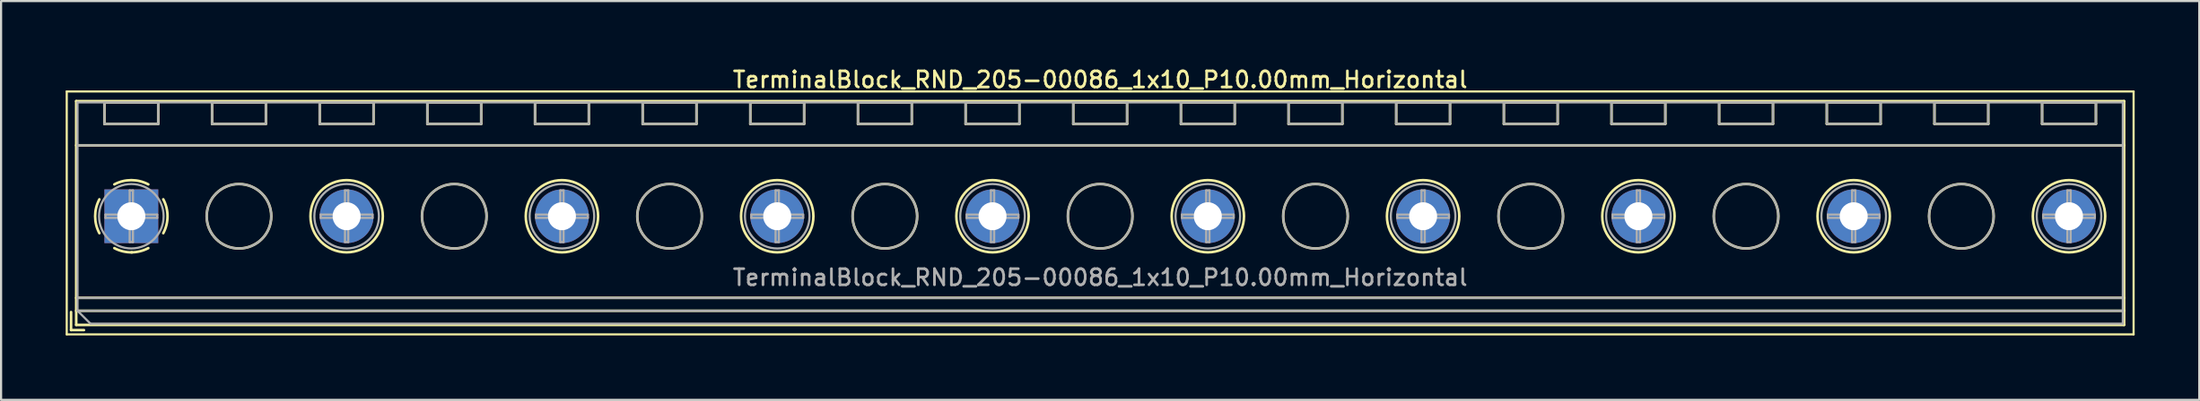
<source format=kicad_pcb>
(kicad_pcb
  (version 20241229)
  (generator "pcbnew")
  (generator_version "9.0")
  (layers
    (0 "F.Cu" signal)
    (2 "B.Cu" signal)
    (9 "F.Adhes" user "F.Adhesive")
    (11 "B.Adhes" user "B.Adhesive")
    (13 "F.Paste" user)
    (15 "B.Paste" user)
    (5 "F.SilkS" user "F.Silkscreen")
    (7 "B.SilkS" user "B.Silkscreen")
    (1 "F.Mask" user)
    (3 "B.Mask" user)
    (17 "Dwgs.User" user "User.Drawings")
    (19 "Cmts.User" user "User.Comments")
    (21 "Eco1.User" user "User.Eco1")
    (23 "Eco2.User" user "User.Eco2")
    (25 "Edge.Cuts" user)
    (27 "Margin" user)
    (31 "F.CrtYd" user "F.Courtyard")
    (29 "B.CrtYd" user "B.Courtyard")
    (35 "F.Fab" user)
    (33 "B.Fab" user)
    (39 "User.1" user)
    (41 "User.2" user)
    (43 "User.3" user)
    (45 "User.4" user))
  (footprint "TerminalBlock_RND_205-00086_1x10_P10.00mm_Horizontal"
    (layer "F.Cu")
    (at 3.05 7.018)
    (property "Reference" "TerminalBlock_RND_205-00086_1x10_P10.00mm_Horizontal" (at 45 -6.36 0) (layer "F.SilkS") (effects (font (size 0.75 0.75) (thickness 0.125))))
    (attr through_hole)
    (fp_line (start -3 -5.81) (end -3 5.5) (stroke (width 0.1) (type solid)) (layer "F.SilkS"))
    (fp_line (start -3 5.5) (end 93 5.5) (stroke (width 0.1) (type solid)) (layer "F.SilkS"))
    (fp_line (start -2.8 4.46) (end -2.8 5.3) (stroke (width 0.12) (type solid)) (layer "F.SilkS"))
    (fp_line (start -2.8 5.3) (end -2.2 5.3) (stroke (width 0.12) (type solid)) (layer "F.SilkS"))
    (fp_line (start -2.56 -5.36) (end -2.56 5.06) (stroke (width 0.12) (type solid)) (layer "F.SilkS"))
    (fp_line (start -2.56 -5.36) (end 92.56 -5.36) (stroke (width 0.12) (type solid)) (layer "F.SilkS"))
    (fp_line (start -2.56 -3.301) (end 92.56 -3.301) (stroke (width 0.12) (type solid)) (layer "F.SilkS"))
    (fp_line (start -2.56 3.8) (end 92.56 3.8) (stroke (width 0.12) (type solid)) (layer "F.SilkS"))
    (fp_line (start -2.56 4.4) (end 92.56 4.4) (stroke (width 0.12) (type solid)) (layer "F.SilkS"))
    (fp_line (start -2.56 5.06) (end 92.56 5.06) (stroke (width 0.12) (type solid)) (layer "F.SilkS"))
    (fp_line (start -1.25 -5.301) (end -1.25 -4.301) (stroke (width 0.12) (type solid)) (layer "F.SilkS"))
    (fp_line (start -1.25 -5.301) (end 1.25 -5.301) (stroke (width 0.12) (type solid)) (layer "F.SilkS"))
    (fp_line (start -1.25 -4.301) (end 1.25 -4.301) (stroke (width 0.12) (type solid)) (layer "F.SilkS"))
    (fp_line (start 1.25 -5.301) (end 1.25 -4.301) (stroke (width 0.12) (type solid)) (layer "F.SilkS"))
    (fp_line (start 3.75 -5.301) (end 3.75 -4.301) (stroke (width 0.12) (type solid)) (layer "F.SilkS"))
    (fp_line (start 3.75 -5.301) (end 6.25 -5.301) (stroke (width 0.12) (type solid)) (layer "F.SilkS"))
    (fp_line (start 3.75 -4.301) (end 6.25 -4.301) (stroke (width 0.12) (type solid)) (layer "F.SilkS"))
    (fp_line (start 6.25 -5.301) (end 6.25 -4.301) (stroke (width 0.12) (type solid)) (layer "F.SilkS"))
    (fp_line (start 8.75 -5.301) (end 8.75 -4.301) (stroke (width 0.12) (type solid)) (layer "F.SilkS"))
    (fp_line (start 8.75 -5.301) (end 11.25 -5.301) (stroke (width 0.12) (type solid)) (layer "F.SilkS"))
    (fp_line (start 8.75 -4.301) (end 11.25 -4.301) (stroke (width 0.12) (type solid)) (layer "F.SilkS"))
    (fp_line (start 11.25 -5.301) (end 11.25 -4.301) (stroke (width 0.12) (type solid)) (layer "F.SilkS"))
    (fp_line (start 13.75 -5.301) (end 13.75 -4.301) (stroke (width 0.12) (type solid)) (layer "F.SilkS"))
    (fp_line (start 13.75 -5.301) (end 16.25 -5.301) (stroke (width 0.12) (type solid)) (layer "F.SilkS"))
    (fp_line (start 13.75 -4.301) (end 16.25 -4.301) (stroke (width 0.12) (type solid)) (layer "F.SilkS"))
    (fp_line (start 16.25 -5.301) (end 16.25 -4.301) (stroke (width 0.12) (type solid)) (layer "F.SilkS"))
    (fp_line (start 18.75 -5.301) (end 18.75 -4.301) (stroke (width 0.12) (type solid)) (layer "F.SilkS"))
    (fp_line (start 18.75 -5.301) (end 21.25 -5.301) (stroke (width 0.12) (type solid)) (layer "F.SilkS"))
    (fp_line (start 18.75 -4.301) (end 21.25 -4.301) (stroke (width 0.12) (type solid)) (layer "F.SilkS"))
    (fp_line (start 21.25 -5.301) (end 21.25 -4.301) (stroke (width 0.12) (type solid)) (layer "F.SilkS"))
    (fp_line (start 23.75 -5.301) (end 23.75 -4.301) (stroke (width 0.12) (type solid)) (layer "F.SilkS"))
    (fp_line (start 23.75 -5.301) (end 26.25 -5.301) (stroke (width 0.12) (type solid)) (layer "F.SilkS"))
    (fp_line (start 23.75 -4.301) (end 26.25 -4.301) (stroke (width 0.12) (type solid)) (layer "F.SilkS"))
    (fp_line (start 26.25 -5.301) (end 26.25 -4.301) (stroke (width 0.12) (type solid)) (layer "F.SilkS"))
    (fp_line (start 28.75 -5.301) (end 28.75 -4.301) (stroke (width 0.12) (type solid)) (layer "F.SilkS"))
    (fp_line (start 28.75 -5.301) (end 31.25 -5.301) (stroke (width 0.12) (type solid)) (layer "F.SilkS"))
    (fp_line (start 28.75 -4.301) (end 31.25 -4.301) (stroke (width 0.12) (type solid)) (layer "F.SilkS"))
    (fp_line (start 31.25 -5.301) (end 31.25 -4.301) (stroke (width 0.12) (type solid)) (layer "F.SilkS"))
    (fp_line (start 33.75 -5.301) (end 33.75 -4.301) (stroke (width 0.12) (type solid)) (layer "F.SilkS"))
    (fp_line (start 33.75 -5.301) (end 36.25 -5.301) (stroke (width 0.12) (type solid)) (layer "F.SilkS"))
    (fp_line (start 33.75 -4.301) (end 36.25 -4.301) (stroke (width 0.12) (type solid)) (layer "F.SilkS"))
    (fp_line (start 36.25 -5.301) (end 36.25 -4.301) (stroke (width 0.12) (type solid)) (layer "F.SilkS"))
    (fp_line (start 38.75 -5.301) (end 38.75 -4.301) (stroke (width 0.12) (type solid)) (layer "F.SilkS"))
    (fp_line (start 38.75 -5.301) (end 41.25 -5.301) (stroke (width 0.12) (type solid)) (layer "F.SilkS"))
    (fp_line (start 38.75 -4.301) (end 41.25 -4.301) (stroke (width 0.12) (type solid)) (layer "F.SilkS"))
    (fp_line (start 41.25 -5.301) (end 41.25 -4.301) (stroke (width 0.12) (type solid)) (layer "F.SilkS"))
    (fp_line (start 43.75 -5.301) (end 43.75 -4.301) (stroke (width 0.12) (type solid)) (layer "F.SilkS"))
    (fp_line (start 43.75 -5.301) (end 46.25 -5.301) (stroke (width 0.12) (type solid)) (layer "F.SilkS"))
    (fp_line (start 43.75 -4.301) (end 46.25 -4.301) (stroke (width 0.12) (type solid)) (layer "F.SilkS"))
    (fp_line (start 46.25 -5.301) (end 46.25 -4.301) (stroke (width 0.12) (type solid)) (layer "F.SilkS"))
    (fp_line (start 48.75 -5.301) (end 48.75 -4.301) (stroke (width 0.12) (type solid)) (layer "F.SilkS"))
    (fp_line (start 48.75 -5.301) (end 51.25 -5.301) (stroke (width 0.12) (type solid)) (layer "F.SilkS"))
    (fp_line (start 48.75 -4.301) (end 51.25 -4.301) (stroke (width 0.12) (type solid)) (layer "F.SilkS"))
    (fp_line (start 51.25 -5.301) (end 51.25 -4.301) (stroke (width 0.12) (type solid)) (layer "F.SilkS"))
    (fp_line (start 53.75 -5.301) (end 53.75 -4.301) (stroke (width 0.12) (type solid)) (layer "F.SilkS"))
    (fp_line (start 53.75 -5.301) (end 56.25 -5.301) (stroke (width 0.12) (type solid)) (layer "F.SilkS"))
    (fp_line (start 53.75 -4.301) (end 56.25 -4.301) (stroke (width 0.12) (type solid)) (layer "F.SilkS"))
    (fp_line (start 56.25 -5.301) (end 56.25 -4.301) (stroke (width 0.12) (type solid)) (layer "F.SilkS"))
    (fp_line (start 58.75 -5.301) (end 58.75 -4.301) (stroke (width 0.12) (type solid)) (layer "F.SilkS"))
    (fp_line (start 58.75 -5.301) (end 61.25 -5.301) (stroke (width 0.12) (type solid)) (layer "F.SilkS"))
    (fp_line (start 58.75 -4.301) (end 61.25 -4.301) (stroke (width 0.12) (type solid)) (layer "F.SilkS"))
    (fp_line (start 61.25 -5.301) (end 61.25 -4.301) (stroke (width 0.12) (type solid)) (layer "F.SilkS"))
    (fp_line (start 63.75 -5.301) (end 63.75 -4.301) (stroke (width 0.12) (type solid)) (layer "F.SilkS"))
    (fp_line (start 63.75 -5.301) (end 66.25 -5.301) (stroke (width 0.12) (type solid)) (layer "F.SilkS"))
    (fp_line (start 63.75 -4.301) (end 66.25 -4.301) (stroke (width 0.12) (type solid)) (layer "F.SilkS"))
    (fp_line (start 66.25 -5.301) (end 66.25 -4.301) (stroke (width 0.12) (type solid)) (layer "F.SilkS"))
    (fp_line (start 68.75 -5.301) (end 68.75 -4.301) (stroke (width 0.12) (type solid)) (layer "F.SilkS"))
    (fp_line (start 68.75 -5.301) (end 71.25 -5.301) (stroke (width 0.12) (type solid)) (layer "F.SilkS"))
    (fp_line (start 68.75 -4.301) (end 71.25 -4.301) (stroke (width 0.12) (type solid)) (layer "F.SilkS"))
    (fp_line (start 71.25 -5.301) (end 71.25 -4.301) (stroke (width 0.12) (type solid)) (layer "F.SilkS"))
    (fp_line (start 73.75 -5.301) (end 73.75 -4.301) (stroke (width 0.12) (type solid)) (layer "F.SilkS"))
    (fp_line (start 73.75 -5.301) (end 76.25 -5.301) (stroke (width 0.12) (type solid)) (layer "F.SilkS"))
    (fp_line (start 73.75 -4.301) (end 76.25 -4.301) (stroke (width 0.12) (type solid)) (layer "F.SilkS"))
    (fp_line (start 76.25 -5.301) (end 76.25 -4.301) (stroke (width 0.12) (type solid)) (layer "F.SilkS"))
    (fp_line (start 78.75 -5.301) (end 78.75 -4.301) (stroke (width 0.12) (type solid)) (layer "F.SilkS"))
    (fp_line (start 78.75 -5.301) (end 81.25 -5.301) (stroke (width 0.12) (type solid)) (layer "F.SilkS"))
    (fp_line (start 78.75 -4.301) (end 81.25 -4.301) (stroke (width 0.12) (type solid)) (layer "F.SilkS"))
    (fp_line (start 81.25 -5.301) (end 81.25 -4.301) (stroke (width 0.12) (type solid)) (layer "F.SilkS"))
    (fp_line (start 83.75 -5.301) (end 83.75 -4.301) (stroke (width 0.12) (type solid)) (layer "F.SilkS"))
    (fp_line (start 83.75 -5.301) (end 86.25 -5.301) (stroke (width 0.12) (type solid)) (layer "F.SilkS"))
    (fp_line (start 83.75 -4.301) (end 86.25 -4.301) (stroke (width 0.12) (type solid)) (layer "F.SilkS"))
    (fp_line (start 86.25 -5.301) (end 86.25 -4.301) (stroke (width 0.12) (type solid)) (layer "F.SilkS"))
    (fp_line (start 88.75 -5.301) (end 88.75 -4.301) (stroke (width 0.12) (type solid)) (layer "F.SilkS"))
    (fp_line (start 88.75 -5.301) (end 91.25 -5.301) (stroke (width 0.12) (type solid)) (layer "F.SilkS"))
    (fp_line (start 88.75 -4.301) (end 91.25 -4.301) (stroke (width 0.12) (type solid)) (layer "F.SilkS"))
    (fp_line (start 91.25 -5.301) (end 91.25 -4.301) (stroke (width 0.12) (type solid)) (layer "F.SilkS"))
    (fp_line (start 92.56 -5.36) (end 92.56 5.06) (stroke (width 0.12) (type solid)) (layer "F.SilkS"))
    (fp_line (start 93 -5.81) (end -3 -5.81) (stroke (width 0.1) (type solid)) (layer "F.SilkS"))
    (fp_line (start 93 5.5) (end 93 -5.81) (stroke (width 0.1) (type solid)) (layer "F.SilkS"))
    (fp_arc (start -1.483953 0.789089) (mid -1.680708 0.00005) (end -1.484 -0.789) (stroke (width 0.12) (type solid)) (layer "F.SilkS"))
    (fp_arc (start -0.789089 -1.483953) (mid -0.00005 -1.680708) (end 0.789 -1.484) (stroke (width 0.12) (type solid)) (layer "F.SilkS"))
    (fp_arc (start 0.029383 1.68045) (mid -0.392304 1.634281) (end -0.789 1.484) (stroke (width 0.12) (type solid)) (layer "F.SilkS"))
    (fp_arc (start 0.788712 1.483352) (mid 0.406429 1.630097) (end 0 1.68) (stroke (width 0.12) (type solid)) (layer "F.SilkS"))
    (fp_arc (start 1.483953 -0.789089) (mid 1.680708 -0.00005) (end 1.484 0.789) (stroke (width 0.12) (type solid)) (layer "F.SilkS"))
    (fp_circle (center 5 0) (end 6.5 0) (stroke (width 0.12) (type solid)) (fill no) (layer "F.SilkS"))
    (fp_circle (center 10 0) (end 11.68 0) (stroke (width 0.12) (type solid)) (fill no) (layer "F.SilkS"))
    (fp_circle (center 15 0) (end 16.5 0) (stroke (width 0.12) (type solid)) (fill no) (layer "F.SilkS"))
    (fp_circle (center 20 0) (end 21.68 0) (stroke (width 0.12) (type solid)) (fill no) (layer "F.SilkS"))
    (fp_circle (center 25 0) (end 26.5 0) (stroke (width 0.12) (type solid)) (fill no) (layer "F.SilkS"))
    (fp_circle (center 30 0) (end 31.68 0) (stroke (width 0.12) (type solid)) (fill no) (layer "F.SilkS"))
    (fp_circle (center 35 0) (end 36.5 0) (stroke (width 0.12) (type solid)) (fill no) (layer "F.SilkS"))
    (fp_circle (center 40 0) (end 41.68 0) (stroke (width 0.12) (type solid)) (fill no) (layer "F.SilkS"))
    (fp_circle (center 45 0) (end 46.5 0) (stroke (width 0.12) (type solid)) (fill no) (layer "F.SilkS"))
    (fp_circle (center 50 0) (end 51.68 0) (stroke (width 0.12) (type solid)) (fill no) (layer "F.SilkS"))
    (fp_circle (center 55 0) (end 56.5 0) (stroke (width 0.12) (type solid)) (fill no) (layer "F.SilkS"))
    (fp_circle (center 60 0) (end 61.68 0) (stroke (width 0.12) (type solid)) (fill no) (layer "F.SilkS"))
    (fp_circle (center 65 0) (end 66.5 0) (stroke (width 0.12) (type solid)) (fill no) (layer "F.SilkS"))
    (fp_circle (center 70 0) (end 71.68 0) (stroke (width 0.12) (type solid)) (fill no) (layer "F.SilkS"))
    (fp_circle (center 75 0) (end 76.5 0) (stroke (width 0.12) (type solid)) (fill no) (layer "F.SilkS"))
    (fp_circle (center 80 0) (end 81.68 0) (stroke (width 0.12) (type solid)) (fill no) (layer "F.SilkS"))
    (fp_circle (center 85 0) (end 86.5 0) (stroke (width 0.12) (type solid)) (fill no) (layer "F.SilkS"))
    (fp_circle (center 90 0) (end 91.68 0) (stroke (width 0.12) (type solid)) (fill no) (layer "F.SilkS"))
    (fp_line (start -2.5 -5.3) (end 92.5 -5.3) (stroke (width 0.1) (type solid)) (layer "F.Fab"))
    (fp_line (start -2.5 -3.3) (end 92.5 -3.3) (stroke (width 0.1) (type solid)) (layer "F.Fab"))
    (fp_line (start -2.5 3.8) (end 92.5 3.8) (stroke (width 0.1) (type solid)) (layer "F.Fab"))
    (fp_line (start -2.5 4.4) (end -2.5 -5.3) (stroke (width 0.1) (type solid)) (layer "F.Fab"))
    (fp_line (start -2.5 4.4) (end 92.5 4.4) (stroke (width 0.1) (type solid)) (layer "F.Fab"))
    (fp_line (start -1.9 5) (end -2.5 4.4) (stroke (width 0.1) (type solid)) (layer "F.Fab"))
    (fp_line (start -1.25 -5.3) (end -1.25 -4.3) (stroke (width 0.1) (type solid)) (layer "F.Fab"))
    (fp_line (start -1.25 -4.3) (end 1.25 -4.3) (stroke (width 0.1) (type solid)) (layer "F.Fab"))
    (fp_line (start -1.201 -0.076) (end -0.076 -0.076) (stroke (width 0.1) (type solid)) (layer "F.Fab"))
    (fp_line (start -1.201 0.076) (end -1.201 -0.076) (stroke (width 0.1) (type solid)) (layer "F.Fab"))
    (fp_line (start -0.076 -1.201) (end 0.076 -1.201) (stroke (width 0.1) (type solid)) (layer "F.Fab"))
    (fp_line (start -0.076 -0.076) (end -0.076 -1.201) (stroke (width 0.1) (type solid)) (layer "F.Fab"))
    (fp_line (start -0.076 0.076) (end -1.201 0.076) (stroke (width 0.1) (type solid)) (layer "F.Fab"))
    (fp_line (start -0.076 1.201) (end -0.076 0.076) (stroke (width 0.1) (type solid)) (layer "F.Fab"))
    (fp_line (start 0.076 -1.201) (end 0.076 -0.076) (stroke (width 0.1) (type solid)) (layer "F.Fab"))
    (fp_line (start 0.076 -0.076) (end 1.201 -0.076) (stroke (width 0.1) (type solid)) (layer "F.Fab"))
    (fp_line (start 0.076 0.076) (end 0.076 1.201) (stroke (width 0.1) (type solid)) (layer "F.Fab"))
    (fp_line (start 0.076 1.201) (end -0.076 1.201) (stroke (width 0.1) (type solid)) (layer "F.Fab"))
    (fp_line (start 1.201 -0.076) (end 1.201 0.076) (stroke (width 0.1) (type solid)) (layer "F.Fab"))
    (fp_line (start 1.201 0.076) (end 0.076 0.076) (stroke (width 0.1) (type solid)) (layer "F.Fab"))
    (fp_line (start 1.25 -5.3) (end -1.25 -5.3) (stroke (width 0.1) (type solid)) (layer "F.Fab"))
    (fp_line (start 1.25 -4.3) (end 1.25 -5.3) (stroke (width 0.1) (type solid)) (layer "F.Fab"))
    (fp_line (start 3.75 -5.3) (end 3.75 -4.3) (stroke (width 0.1) (type solid)) (layer "F.Fab"))
    (fp_line (start 3.75 -4.3) (end 6.25 -4.3) (stroke (width 0.1) (type solid)) (layer "F.Fab"))
    (fp_line (start 6.25 -5.3) (end 3.75 -5.3) (stroke (width 0.1) (type solid)) (layer "F.Fab"))
    (fp_line (start 6.25 -4.3) (end 6.25 -5.3) (stroke (width 0.1) (type solid)) (layer "F.Fab"))
    (fp_line (start 8.75 -5.3) (end 8.75 -4.3) (stroke (width 0.1) (type solid)) (layer "F.Fab"))
    (fp_line (start 8.75 -4.3) (end 11.25 -4.3) (stroke (width 0.1) (type solid)) (layer "F.Fab"))
    (fp_line (start 8.799 -0.076) (end 9.924 -0.076) (stroke (width 0.1) (type solid)) (layer "F.Fab"))
    (fp_line (start 8.799 0.076) (end 8.799 -0.076) (stroke (width 0.1) (type solid)) (layer "F.Fab"))
    (fp_line (start 9.924 -1.201) (end 10.076 -1.201) (stroke (width 0.1) (type solid)) (layer "F.Fab"))
    (fp_line (start 9.924 -0.076) (end 9.924 -1.201) (stroke (width 0.1) (type solid)) (layer "F.Fab"))
    (fp_line (start 9.924 0.076) (end 8.799 0.076) (stroke (width 0.1) (type solid)) (layer "F.Fab"))
    (fp_line (start 9.924 1.201) (end 9.924 0.076) (stroke (width 0.1) (type solid)) (layer "F.Fab"))
    (fp_line (start 10.076 -1.201) (end 10.076 -0.076) (stroke (width 0.1) (type solid)) (layer "F.Fab"))
    (fp_line (start 10.076 -0.076) (end 11.201 -0.076) (stroke (width 0.1) (type solid)) (layer "F.Fab"))
    (fp_line (start 10.076 0.076) (end 10.076 1.201) (stroke (width 0.1) (type solid)) (layer "F.Fab"))
    (fp_line (start 10.076 1.201) (end 9.924 1.201) (stroke (width 0.1) (type solid)) (layer "F.Fab"))
    (fp_line (start 11.201 -0.076) (end 11.201 0.076) (stroke (width 0.1) (type solid)) (layer "F.Fab"))
    (fp_line (start 11.201 0.076) (end 10.076 0.076) (stroke (width 0.1) (type solid)) (layer "F.Fab"))
    (fp_line (start 11.25 -5.3) (end 8.75 -5.3) (stroke (width 0.1) (type solid)) (layer "F.Fab"))
    (fp_line (start 11.25 -4.3) (end 11.25 -5.3) (stroke (width 0.1) (type solid)) (layer "F.Fab"))
    (fp_line (start 13.75 -5.3) (end 13.75 -4.3) (stroke (width 0.1) (type solid)) (layer "F.Fab"))
    (fp_line (start 13.75 -4.3) (end 16.25 -4.3) (stroke (width 0.1) (type solid)) (layer "F.Fab"))
    (fp_line (start 16.25 -5.3) (end 13.75 -5.3) (stroke (width 0.1) (type solid)) (layer "F.Fab"))
    (fp_line (start 16.25 -4.3) (end 16.25 -5.3) (stroke (width 0.1) (type solid)) (layer "F.Fab"))
    (fp_line (start 18.75 -5.3) (end 18.75 -4.3) (stroke (width 0.1) (type solid)) (layer "F.Fab"))
    (fp_line (start 18.75 -4.3) (end 21.25 -4.3) (stroke (width 0.1) (type solid)) (layer "F.Fab"))
    (fp_line (start 18.799 -0.076) (end 19.924 -0.076) (stroke (width 0.1) (type solid)) (layer "F.Fab"))
    (fp_line (start 18.799 0.076) (end 18.799 -0.076) (stroke (width 0.1) (type solid)) (layer "F.Fab"))
    (fp_line (start 19.924 -1.201) (end 20.076 -1.201) (stroke (width 0.1) (type solid)) (layer "F.Fab"))
    (fp_line (start 19.924 -0.076) (end 19.924 -1.201) (stroke (width 0.1) (type solid)) (layer "F.Fab"))
    (fp_line (start 19.924 0.076) (end 18.799 0.076) (stroke (width 0.1) (type solid)) (layer "F.Fab"))
    (fp_line (start 19.924 1.201) (end 19.924 0.076) (stroke (width 0.1) (type solid)) (layer "F.Fab"))
    (fp_line (start 20.076 -1.201) (end 20.076 -0.076) (stroke (width 0.1) (type solid)) (layer "F.Fab"))
    (fp_line (start 20.076 -0.076) (end 21.201 -0.076) (stroke (width 0.1) (type solid)) (layer "F.Fab"))
    (fp_line (start 20.076 0.076) (end 20.076 1.201) (stroke (width 0.1) (type solid)) (layer "F.Fab"))
    (fp_line (start 20.076 1.201) (end 19.924 1.201) (stroke (width 0.1) (type solid)) (layer "F.Fab"))
    (fp_line (start 21.201 -0.076) (end 21.201 0.076) (stroke (width 0.1) (type solid)) (layer "F.Fab"))
    (fp_line (start 21.201 0.076) (end 20.076 0.076) (stroke (width 0.1) (type solid)) (layer "F.Fab"))
    (fp_line (start 21.25 -5.3) (end 18.75 -5.3) (stroke (width 0.1) (type solid)) (layer "F.Fab"))
    (fp_line (start 21.25 -4.3) (end 21.25 -5.3) (stroke (width 0.1) (type solid)) (layer "F.Fab"))
    (fp_line (start 23.75 -5.3) (end 23.75 -4.3) (stroke (width 0.1) (type solid)) (layer "F.Fab"))
    (fp_line (start 23.75 -4.3) (end 26.25 -4.3) (stroke (width 0.1) (type solid)) (layer "F.Fab"))
    (fp_line (start 26.25 -5.3) (end 23.75 -5.3) (stroke (width 0.1) (type solid)) (layer "F.Fab"))
    (fp_line (start 26.25 -4.3) (end 26.25 -5.3) (stroke (width 0.1) (type solid)) (layer "F.Fab"))
    (fp_line (start 28.75 -5.3) (end 28.75 -4.3) (stroke (width 0.1) (type solid)) (layer "F.Fab"))
    (fp_line (start 28.75 -4.3) (end 31.25 -4.3) (stroke (width 0.1) (type solid)) (layer "F.Fab"))
    (fp_line (start 28.799 -0.076) (end 29.924 -0.076) (stroke (width 0.1) (type solid)) (layer "F.Fab"))
    (fp_line (start 28.799 0.076) (end 28.799 -0.076) (stroke (width 0.1) (type solid)) (layer "F.Fab"))
    (fp_line (start 29.924 -1.201) (end 30.076 -1.201) (stroke (width 0.1) (type solid)) (layer "F.Fab"))
    (fp_line (start 29.924 -0.076) (end 29.924 -1.201) (stroke (width 0.1) (type solid)) (layer "F.Fab"))
    (fp_line (start 29.924 0.076) (end 28.799 0.076) (stroke (width 0.1) (type solid)) (layer "F.Fab"))
    (fp_line (start 29.924 1.201) (end 29.924 0.076) (stroke (width 0.1) (type solid)) (layer "F.Fab"))
    (fp_line (start 30.076 -1.201) (end 30.076 -0.076) (stroke (width 0.1) (type solid)) (layer "F.Fab"))
    (fp_line (start 30.076 -0.076) (end 31.201 -0.076) (stroke (width 0.1) (type solid)) (layer "F.Fab"))
    (fp_line (start 30.076 0.076) (end 30.076 1.201) (stroke (width 0.1) (type solid)) (layer "F.Fab"))
    (fp_line (start 30.076 1.201) (end 29.924 1.201) (stroke (width 0.1) (type solid)) (layer "F.Fab"))
    (fp_line (start 31.201 -0.076) (end 31.201 0.076) (stroke (width 0.1) (type solid)) (layer "F.Fab"))
    (fp_line (start 31.201 0.076) (end 30.076 0.076) (stroke (width 0.1) (type solid)) (layer "F.Fab"))
    (fp_line (start 31.25 -5.3) (end 28.75 -5.3) (stroke (width 0.1) (type solid)) (layer "F.Fab"))
    (fp_line (start 31.25 -4.3) (end 31.25 -5.3) (stroke (width 0.1) (type solid)) (layer "F.Fab"))
    (fp_line (start 33.75 -5.3) (end 33.75 -4.3) (stroke (width 0.1) (type solid)) (layer "F.Fab"))
    (fp_line (start 33.75 -4.3) (end 36.25 -4.3) (stroke (width 0.1) (type solid)) (layer "F.Fab"))
    (fp_line (start 36.25 -5.3) (end 33.75 -5.3) (stroke (width 0.1) (type solid)) (layer "F.Fab"))
    (fp_line (start 36.25 -4.3) (end 36.25 -5.3) (stroke (width 0.1) (type solid)) (layer "F.Fab"))
    (fp_line (start 38.75 -5.3) (end 38.75 -4.3) (stroke (width 0.1) (type solid)) (layer "F.Fab"))
    (fp_line (start 38.75 -4.3) (end 41.25 -4.3) (stroke (width 0.1) (type solid)) (layer "F.Fab"))
    (fp_line (start 38.799 -0.076) (end 39.924 -0.076) (stroke (width 0.1) (type solid)) (layer "F.Fab"))
    (fp_line (start 38.799 0.076) (end 38.799 -0.076) (stroke (width 0.1) (type solid)) (layer "F.Fab"))
    (fp_line (start 39.924 -1.201) (end 40.076 -1.201) (stroke (width 0.1) (type solid)) (layer "F.Fab"))
    (fp_line (start 39.924 -0.076) (end 39.924 -1.201) (stroke (width 0.1) (type solid)) (layer "F.Fab"))
    (fp_line (start 39.924 0.076) (end 38.799 0.076) (stroke (width 0.1) (type solid)) (layer "F.Fab"))
    (fp_line (start 39.924 1.201) (end 39.924 0.076) (stroke (width 0.1) (type solid)) (layer "F.Fab"))
    (fp_line (start 40.076 -1.201) (end 40.076 -0.076) (stroke (width 0.1) (type solid)) (layer "F.Fab"))
    (fp_line (start 40.076 -0.076) (end 41.201 -0.076) (stroke (width 0.1) (type solid)) (layer "F.Fab"))
    (fp_line (start 40.076 0.076) (end 40.076 1.201) (stroke (width 0.1) (type solid)) (layer "F.Fab"))
    (fp_line (start 40.076 1.201) (end 39.924 1.201) (stroke (width 0.1) (type solid)) (layer "F.Fab"))
    (fp_line (start 41.201 -0.076) (end 41.201 0.076) (stroke (width 0.1) (type solid)) (layer "F.Fab"))
    (fp_line (start 41.201 0.076) (end 40.076 0.076) (stroke (width 0.1) (type solid)) (layer "F.Fab"))
    (fp_line (start 41.25 -5.3) (end 38.75 -5.3) (stroke (width 0.1) (type solid)) (layer "F.Fab"))
    (fp_line (start 41.25 -4.3) (end 41.25 -5.3) (stroke (width 0.1) (type solid)) (layer "F.Fab"))
    (fp_line (start 43.75 -5.3) (end 43.75 -4.3) (stroke (width 0.1) (type solid)) (layer "F.Fab"))
    (fp_line (start 43.75 -4.3) (end 46.25 -4.3) (stroke (width 0.1) (type solid)) (layer "F.Fab"))
    (fp_line (start 46.25 -5.3) (end 43.75 -5.3) (stroke (width 0.1) (type solid)) (layer "F.Fab"))
    (fp_line (start 46.25 -4.3) (end 46.25 -5.3) (stroke (width 0.1) (type solid)) (layer "F.Fab"))
    (fp_line (start 48.75 -5.3) (end 48.75 -4.3) (stroke (width 0.1) (type solid)) (layer "F.Fab"))
    (fp_line (start 48.75 -4.3) (end 51.25 -4.3) (stroke (width 0.1) (type solid)) (layer "F.Fab"))
    (fp_line (start 48.799 -0.076) (end 49.924 -0.076) (stroke (width 0.1) (type solid)) (layer "F.Fab"))
    (fp_line (start 48.799 0.076) (end 48.799 -0.076) (stroke (width 0.1) (type solid)) (layer "F.Fab"))
    (fp_line (start 49.924 -1.201) (end 50.076 -1.201) (stroke (width 0.1) (type solid)) (layer "F.Fab"))
    (fp_line (start 49.924 -0.076) (end 49.924 -1.201) (stroke (width 0.1) (type solid)) (layer "F.Fab"))
    (fp_line (start 49.924 0.076) (end 48.799 0.076) (stroke (width 0.1) (type solid)) (layer "F.Fab"))
    (fp_line (start 49.924 1.201) (end 49.924 0.076) (stroke (width 0.1) (type solid)) (layer "F.Fab"))
    (fp_line (start 50.076 -1.201) (end 50.076 -0.076) (stroke (width 0.1) (type solid)) (layer "F.Fab"))
    (fp_line (start 50.076 -0.076) (end 51.201 -0.076) (stroke (width 0.1) (type solid)) (layer "F.Fab"))
    (fp_line (start 50.076 0.076) (end 50.076 1.201) (stroke (width 0.1) (type solid)) (layer "F.Fab"))
    (fp_line (start 50.076 1.201) (end 49.924 1.201) (stroke (width 0.1) (type solid)) (layer "F.Fab"))
    (fp_line (start 51.201 -0.076) (end 51.201 0.076) (stroke (width 0.1) (type solid)) (layer "F.Fab"))
    (fp_line (start 51.201 0.076) (end 50.076 0.076) (stroke (width 0.1) (type solid)) (layer "F.Fab"))
    (fp_line (start 51.25 -5.3) (end 48.75 -5.3) (stroke (width 0.1) (type solid)) (layer "F.Fab"))
    (fp_line (start 51.25 -4.3) (end 51.25 -5.3) (stroke (width 0.1) (type solid)) (layer "F.Fab"))
    (fp_line (start 53.75 -5.3) (end 53.75 -4.3) (stroke (width 0.1) (type solid)) (layer "F.Fab"))
    (fp_line (start 53.75 -4.3) (end 56.25 -4.3) (stroke (width 0.1) (type solid)) (layer "F.Fab"))
    (fp_line (start 56.25 -5.3) (end 53.75 -5.3) (stroke (width 0.1) (type solid)) (layer "F.Fab"))
    (fp_line (start 56.25 -4.3) (end 56.25 -5.3) (stroke (width 0.1) (type solid)) (layer "F.Fab"))
    (fp_line (start 58.75 -5.3) (end 58.75 -4.3) (stroke (width 0.1) (type solid)) (layer "F.Fab"))
    (fp_line (start 58.75 -4.3) (end 61.25 -4.3) (stroke (width 0.1) (type solid)) (layer "F.Fab"))
    (fp_line (start 58.799 -0.076) (end 59.924 -0.076) (stroke (width 0.1) (type solid)) (layer "F.Fab"))
    (fp_line (start 58.799 0.076) (end 58.799 -0.076) (stroke (width 0.1) (type solid)) (layer "F.Fab"))
    (fp_line (start 59.924 -1.201) (end 60.076 -1.201) (stroke (width 0.1) (type solid)) (layer "F.Fab"))
    (fp_line (start 59.924 -0.076) (end 59.924 -1.201) (stroke (width 0.1) (type solid)) (layer "F.Fab"))
    (fp_line (start 59.924 0.076) (end 58.799 0.076) (stroke (width 0.1) (type solid)) (layer "F.Fab"))
    (fp_line (start 59.924 1.201) (end 59.924 0.076) (stroke (width 0.1) (type solid)) (layer "F.Fab"))
    (fp_line (start 60.076 -1.201) (end 60.076 -0.076) (stroke (width 0.1) (type solid)) (layer "F.Fab"))
    (fp_line (start 60.076 -0.076) (end 61.201 -0.076) (stroke (width 0.1) (type solid)) (layer "F.Fab"))
    (fp_line (start 60.076 0.076) (end 60.076 1.201) (stroke (width 0.1) (type solid)) (layer "F.Fab"))
    (fp_line (start 60.076 1.201) (end 59.924 1.201) (stroke (width 0.1) (type solid)) (layer "F.Fab"))
    (fp_line (start 61.201 -0.076) (end 61.201 0.076) (stroke (width 0.1) (type solid)) (layer "F.Fab"))
    (fp_line (start 61.201 0.076) (end 60.076 0.076) (stroke (width 0.1) (type solid)) (layer "F.Fab"))
    (fp_line (start 61.25 -5.3) (end 58.75 -5.3) (stroke (width 0.1) (type solid)) (layer "F.Fab"))
    (fp_line (start 61.25 -4.3) (end 61.25 -5.3) (stroke (width 0.1) (type solid)) (layer "F.Fab"))
    (fp_line (start 63.75 -5.3) (end 63.75 -4.3) (stroke (width 0.1) (type solid)) (layer "F.Fab"))
    (fp_line (start 63.75 -4.3) (end 66.25 -4.3) (stroke (width 0.1) (type solid)) (layer "F.Fab"))
    (fp_line (start 66.25 -5.3) (end 63.75 -5.3) (stroke (width 0.1) (type solid)) (layer "F.Fab"))
    (fp_line (start 66.25 -4.3) (end 66.25 -5.3) (stroke (width 0.1) (type solid)) (layer "F.Fab"))
    (fp_line (start 68.75 -5.3) (end 68.75 -4.3) (stroke (width 0.1) (type solid)) (layer "F.Fab"))
    (fp_line (start 68.75 -4.3) (end 71.25 -4.3) (stroke (width 0.1) (type solid)) (layer "F.Fab"))
    (fp_line (start 68.799 -0.076) (end 69.924 -0.076) (stroke (width 0.1) (type solid)) (layer "F.Fab"))
    (fp_line (start 68.799 0.076) (end 68.799 -0.076) (stroke (width 0.1) (type solid)) (layer "F.Fab"))
    (fp_line (start 69.924 -1.201) (end 70.076 -1.201) (stroke (width 0.1) (type solid)) (layer "F.Fab"))
    (fp_line (start 69.924 -0.076) (end 69.924 -1.201) (stroke (width 0.1) (type solid)) (layer "F.Fab"))
    (fp_line (start 69.924 0.076) (end 68.799 0.076) (stroke (width 0.1) (type solid)) (layer "F.Fab"))
    (fp_line (start 69.924 1.201) (end 69.924 0.076) (stroke (width 0.1) (type solid)) (layer "F.Fab"))
    (fp_line (start 70.076 -1.201) (end 70.076 -0.076) (stroke (width 0.1) (type solid)) (layer "F.Fab"))
    (fp_line (start 70.076 -0.076) (end 71.201 -0.076) (stroke (width 0.1) (type solid)) (layer "F.Fab"))
    (fp_line (start 70.076 0.076) (end 70.076 1.201) (stroke (width 0.1) (type solid)) (layer "F.Fab"))
    (fp_line (start 70.076 1.201) (end 69.924 1.201) (stroke (width 0.1) (type solid)) (layer "F.Fab"))
    (fp_line (start 71.201 -0.076) (end 71.201 0.076) (stroke (width 0.1) (type solid)) (layer "F.Fab"))
    (fp_line (start 71.201 0.076) (end 70.076 0.076) (stroke (width 0.1) (type solid)) (layer "F.Fab"))
    (fp_line (start 71.25 -5.3) (end 68.75 -5.3) (stroke (width 0.1) (type solid)) (layer "F.Fab"))
    (fp_line (start 71.25 -4.3) (end 71.25 -5.3) (stroke (width 0.1) (type solid)) (layer "F.Fab"))
    (fp_line (start 73.75 -5.3) (end 73.75 -4.3) (stroke (width 0.1) (type solid)) (layer "F.Fab"))
    (fp_line (start 73.75 -4.3) (end 76.25 -4.3) (stroke (width 0.1) (type solid)) (layer "F.Fab"))
    (fp_line (start 76.25 -5.3) (end 73.75 -5.3) (stroke (width 0.1) (type solid)) (layer "F.Fab"))
    (fp_line (start 76.25 -4.3) (end 76.25 -5.3) (stroke (width 0.1) (type solid)) (layer "F.Fab"))
    (fp_line (start 78.75 -5.3) (end 78.75 -4.3) (stroke (width 0.1) (type solid)) (layer "F.Fab"))
    (fp_line (start 78.75 -4.3) (end 81.25 -4.3) (stroke (width 0.1) (type solid)) (layer "F.Fab"))
    (fp_line (start 78.799 -0.076) (end 79.924 -0.076) (stroke (width 0.1) (type solid)) (layer "F.Fab"))
    (fp_line (start 78.799 0.076) (end 78.799 -0.076) (stroke (width 0.1) (type solid)) (layer "F.Fab"))
    (fp_line (start 79.924 -1.201) (end 80.076 -1.201) (stroke (width 0.1) (type solid)) (layer "F.Fab"))
    (fp_line (start 79.924 -0.076) (end 79.924 -1.201) (stroke (width 0.1) (type solid)) (layer "F.Fab"))
    (fp_line (start 79.924 0.076) (end 78.799 0.076) (stroke (width 0.1) (type solid)) (layer "F.Fab"))
    (fp_line (start 79.924 1.201) (end 79.924 0.076) (stroke (width 0.1) (type solid)) (layer "F.Fab"))
    (fp_line (start 80.076 -1.201) (end 80.076 -0.076) (stroke (width 0.1) (type solid)) (layer "F.Fab"))
    (fp_line (start 80.076 -0.076) (end 81.201 -0.076) (stroke (width 0.1) (type solid)) (layer "F.Fab"))
    (fp_line (start 80.076 0.076) (end 80.076 1.201) (stroke (width 0.1) (type solid)) (layer "F.Fab"))
    (fp_line (start 80.076 1.201) (end 79.924 1.201) (stroke (width 0.1) (type solid)) (layer "F.Fab"))
    (fp_line (start 81.201 -0.076) (end 81.201 0.076) (stroke (width 0.1) (type solid)) (layer "F.Fab"))
    (fp_line (start 81.201 0.076) (end 80.076 0.076) (stroke (width 0.1) (type solid)) (layer "F.Fab"))
    (fp_line (start 81.25 -5.3) (end 78.75 -5.3) (stroke (width 0.1) (type solid)) (layer "F.Fab"))
    (fp_line (start 81.25 -4.3) (end 81.25 -5.3) (stroke (width 0.1) (type solid)) (layer "F.Fab"))
    (fp_line (start 83.75 -5.3) (end 83.75 -4.3) (stroke (width 0.1) (type solid)) (layer "F.Fab"))
    (fp_line (start 83.75 -4.3) (end 86.25 -4.3) (stroke (width 0.1) (type solid)) (layer "F.Fab"))
    (fp_line (start 86.25 -5.3) (end 83.75 -5.3) (stroke (width 0.1) (type solid)) (layer "F.Fab"))
    (fp_line (start 86.25 -4.3) (end 86.25 -5.3) (stroke (width 0.1) (type solid)) (layer "F.Fab"))
    (fp_line (start 88.75 -5.3) (end 88.75 -4.3) (stroke (width 0.1) (type solid)) (layer "F.Fab"))
    (fp_line (start 88.75 -4.3) (end 91.25 -4.3) (stroke (width 0.1) (type solid)) (layer "F.Fab"))
    (fp_line (start 88.799 -0.076) (end 89.924 -0.076) (stroke (width 0.1) (type solid)) (layer "F.Fab"))
    (fp_line (start 88.799 0.076) (end 88.799 -0.076) (stroke (width 0.1) (type solid)) (layer "F.Fab"))
    (fp_line (start 89.924 -1.201) (end 90.076 -1.201) (stroke (width 0.1) (type solid)) (layer "F.Fab"))
    (fp_line (start 89.924 -0.076) (end 89.924 -1.201) (stroke (width 0.1) (type solid)) (layer "F.Fab"))
    (fp_line (start 89.924 0.076) (end 88.799 0.076) (stroke (width 0.1) (type solid)) (layer "F.Fab"))
    (fp_line (start 89.924 1.201) (end 89.924 0.076) (stroke (width 0.1) (type solid)) (layer "F.Fab"))
    (fp_line (start 90.076 -1.201) (end 90.076 -0.076) (stroke (width 0.1) (type solid)) (layer "F.Fab"))
    (fp_line (start 90.076 -0.076) (end 91.201 -0.076) (stroke (width 0.1) (type solid)) (layer "F.Fab"))
    (fp_line (start 90.076 0.076) (end 90.076 1.201) (stroke (width 0.1) (type solid)) (layer "F.Fab"))
    (fp_line (start 90.076 1.201) (end 89.924 1.201) (stroke (width 0.1) (type solid)) (layer "F.Fab"))
    (fp_line (start 91.201 -0.076) (end 91.201 0.076) (stroke (width 0.1) (type solid)) (layer "F.Fab"))
    (fp_line (start 91.201 0.076) (end 90.076 0.076) (stroke (width 0.1) (type solid)) (layer "F.Fab"))
    (fp_line (start 91.25 -5.3) (end 88.75 -5.3) (stroke (width 0.1) (type solid)) (layer "F.Fab"))
    (fp_line (start 91.25 -4.3) (end 91.25 -5.3) (stroke (width 0.1) (type solid)) (layer "F.Fab"))
    (fp_line (start 92.5 -5.3) (end 92.5 5) (stroke (width 0.1) (type solid)) (layer "F.Fab"))
    (fp_line (start 92.5 5) (end -1.9 5) (stroke (width 0.1) (type solid)) (layer "F.Fab"))
    (fp_circle (center 0 0) (end 1.5 0) (stroke (width 0.1) (type solid)) (fill no) (layer "F.Fab"))
    (fp_circle (center 5 0) (end 6.5 0) (stroke (width 0.1) (type solid)) (fill no) (layer "F.Fab"))
    (fp_circle (center 10 0) (end 11.5 0) (stroke (width 0.1) (type solid)) (fill no) (layer "F.Fab"))
    (fp_circle (center 15 0) (end 16.5 0) (stroke (width 0.1) (type solid)) (fill no) (layer "F.Fab"))
    (fp_circle (center 20 0) (end 21.5 0) (stroke (width 0.1) (type solid)) (fill no) (layer "F.Fab"))
    (fp_circle (center 25 0) (end 26.5 0) (stroke (width 0.1) (type solid)) (fill no) (layer "F.Fab"))
    (fp_circle (center 30 0) (end 31.5 0) (stroke (width 0.1) (type solid)) (fill no) (layer "F.Fab"))
    (fp_circle (center 35 0) (end 36.5 0) (stroke (width 0.1) (type solid)) (fill no) (layer "F.Fab"))
    (fp_circle (center 40 0) (end 41.5 0) (stroke (width 0.1) (type solid)) (fill no) (layer "F.Fab"))
    (fp_circle (center 45 0) (end 46.5 0) (stroke (width 0.1) (type solid)) (fill no) (layer "F.Fab"))
    (fp_circle (center 50 0) (end 51.5 0) (stroke (width 0.1) (type solid)) (fill no) (layer "F.Fab"))
    (fp_circle (center 55 0) (end 56.5 0) (stroke (width 0.1) (type solid)) (fill no) (layer "F.Fab"))
    (fp_circle (center 60 0) (end 61.5 0) (stroke (width 0.1) (type solid)) (fill no) (layer "F.Fab"))
    (fp_circle (center 65 0) (end 66.5 0) (stroke (width 0.1) (type solid)) (fill no) (layer "F.Fab"))
    (fp_circle (center 70 0) (end 71.5 0) (stroke (width 0.1) (type solid)) (fill no) (layer "F.Fab"))
    (fp_circle (center 75 0) (end 76.5 0) (stroke (width 0.1) (type solid)) (fill no) (layer "F.Fab"))
    (fp_circle (center 80 0) (end 81.5 0) (stroke (width 0.1) (type solid)) (fill no) (layer "F.Fab"))
    (fp_circle (center 85 0) (end 86.5 0) (stroke (width 0.1) (type solid)) (fill no) (layer "F.Fab"))
    (fp_circle (center 90 0) (end 91.5 0) (stroke (width 0.1) (type solid)) (fill no) (layer "F.Fab"))
    (fp_text user "${REFERENCE}" (at 45 2.85 0) (layer "F.Fab") (effects (font (size 0.75 0.75) (thickness 0.125))))
    (pad "1" thru_hole rect (at 0 0) (size 2.5 2.5) (drill 1.3) (layers "*.Cu" "*.Mask"))
    (pad "2" thru_hole circle (at 10 0) (size 2.5 2.5) (drill 1.3) (layers "*.Cu" "*.Mask"))
    (pad "3" thru_hole circle (at 20 0) (size 2.5 2.5) (drill 1.3) (layers "*.Cu" "*.Mask"))
    (pad "4" thru_hole circle (at 30 0) (size 2.5 2.5) (drill 1.3) (layers "*.Cu" "*.Mask"))
    (pad "5" thru_hole circle (at 40 0) (size 2.5 2.5) (drill 1.3) (layers "*.Cu" "*.Mask"))
    (pad "6" thru_hole circle (at 50 0) (size 2.5 2.5) (drill 1.3) (layers "*.Cu" "*.Mask"))
    (pad "7" thru_hole circle (at 60 0) (size 2.5 2.5) (drill 1.3) (layers "*.Cu" "*.Mask"))
    (pad "8" thru_hole circle (at 70 0) (size 2.5 2.5) (drill 1.3) (layers "*.Cu" "*.Mask"))
    (pad "9" thru_hole circle (at 80 0) (size 2.5 2.5) (drill 1.3) (layers "*.Cu" "*.Mask"))
    (pad "10" thru_hole circle (at 90 0) (size 2.5 2.5) (drill 1.3) (layers "*.Cu" "*.Mask")))
  (gr_rect
    (start -3 -3)
    (end 99.1 15.568)
    (stroke (width 0.1) (type default))
    (fill no)
    (layer "Edge.Cuts")))
</source>
